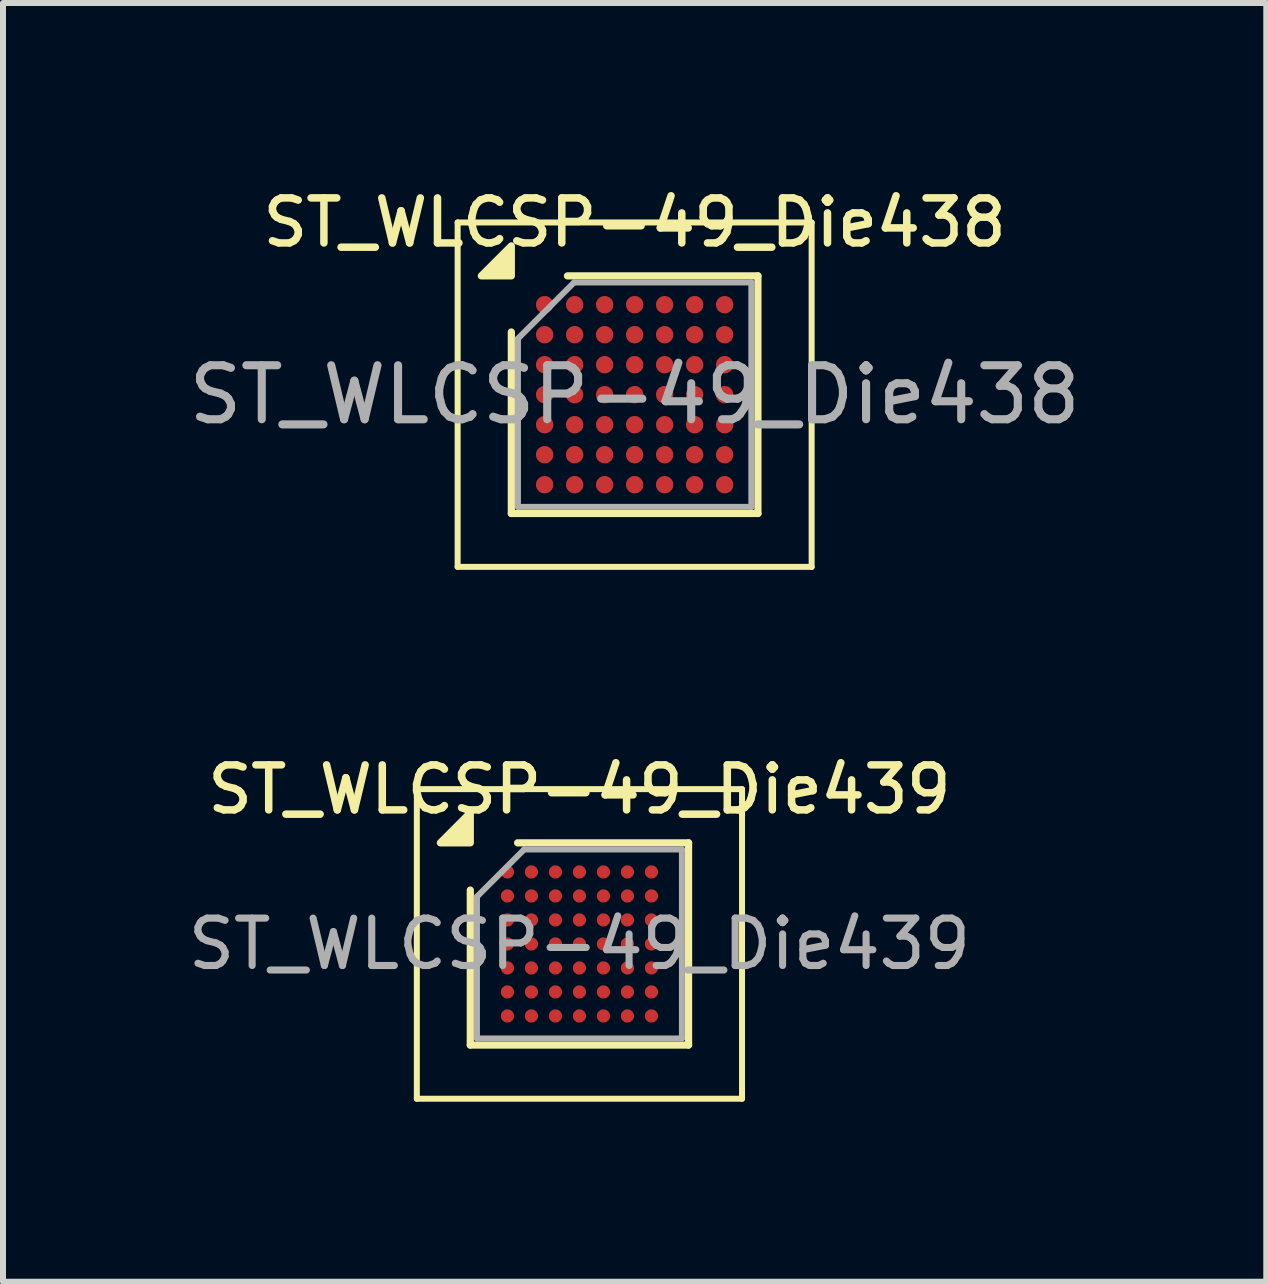
<source format=kicad_pcb>
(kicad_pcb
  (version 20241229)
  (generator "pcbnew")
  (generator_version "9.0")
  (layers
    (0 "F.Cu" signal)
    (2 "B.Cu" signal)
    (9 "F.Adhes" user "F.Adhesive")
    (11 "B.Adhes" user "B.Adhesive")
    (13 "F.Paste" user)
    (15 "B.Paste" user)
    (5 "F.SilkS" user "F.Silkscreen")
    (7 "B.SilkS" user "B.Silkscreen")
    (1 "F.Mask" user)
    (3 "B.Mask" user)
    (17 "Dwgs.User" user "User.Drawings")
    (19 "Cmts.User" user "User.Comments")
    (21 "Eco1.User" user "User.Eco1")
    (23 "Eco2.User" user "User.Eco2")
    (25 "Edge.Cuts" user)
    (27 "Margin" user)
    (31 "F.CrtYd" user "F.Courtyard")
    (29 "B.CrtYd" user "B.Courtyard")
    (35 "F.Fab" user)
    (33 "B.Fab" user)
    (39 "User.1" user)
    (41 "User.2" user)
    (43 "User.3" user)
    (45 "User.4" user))
  (footprint "ST_WLCSP-49_Die438"
    (layer "F.Cu")
    (at 7.527 3.528)
    (property "Reference" "ST_WLCSP-49_Die438" (at 0 -2.87 0) (layer "F.SilkS") (effects (font (size 0.75 0.75) (thickness 0.125))))
    (attr smd)
    (fp_line (start -2.95 -2.87) (end -2.95 2.87) (stroke (width 0.1) (type solid)) (layer "F.SilkS"))
    (fp_line (start -2.95 2.87) (end 2.95 2.87) (stroke (width 0.1) (type solid)) (layer "F.SilkS"))
    (fp_line (start -2.055 1.98) (end -2.055 -1.045) (stroke (width 0.12) (type solid)) (layer "F.SilkS"))
    (fp_line (start -1.12 -1.98) (end 2.055 -1.98) (stroke (width 0.12) (type solid)) (layer "F.SilkS"))
    (fp_line (start 2.055 -1.98) (end 2.055 1.98) (stroke (width 0.12) (type solid)) (layer "F.SilkS"))
    (fp_line (start 2.055 1.98) (end -2.055 1.98) (stroke (width 0.12) (type solid)) (layer "F.SilkS"))
    (fp_line (start 2.95 -2.87) (end -2.95 -2.87) (stroke (width 0.1) (type solid)) (layer "F.SilkS"))
    (fp_line (start 2.95 2.87) (end 2.95 -2.87) (stroke (width 0.1) (type solid)) (layer "F.SilkS"))
    (fp_poly (pts (xy -2.055 -1.98) (xy -2.555 -1.98) (xy -2.055 -2.48) (xy -2.055 -1.98)) (stroke (width 0.12) (type solid)) (fill yes) (layer "F.SilkS"))
    (fp_line (start -1.945 -0.935) (end -1.01 -1.87) (stroke (width 0.1) (type solid)) (layer "F.Fab"))
    (fp_line (start -1.945 1.87) (end -1.945 -0.935) (stroke (width 0.1) (type solid)) (layer "F.Fab"))
    (fp_line (start -1.01 -1.87) (end 1.945 -1.87) (stroke (width 0.1) (type solid)) (layer "F.Fab"))
    (fp_line (start 1.945 -1.87) (end 1.945 1.87) (stroke (width 0.1) (type solid)) (layer "F.Fab"))
    (fp_line (start 1.945 1.87) (end -1.945 1.87) (stroke (width 0.1) (type solid)) (layer "F.Fab"))
    (fp_text user "${REFERENCE}" (at 0 0 0) (layer "F.Fab") (effects (font (size 0.9 0.9) (thickness 0.135))))
    (pad "A1" smd circle (at -1.5 -1.5) (size 0.29 0.29) (property pad_prop_bga) (layers "F.Cu" "F.Mask" "F.Paste"))
    (pad "A2" smd circle (at -1 -1.5) (size 0.29 0.29) (property pad_prop_bga) (layers "F.Cu" "F.Mask" "F.Paste"))
    (pad "A3" smd circle (at -0.5 -1.5) (size 0.29 0.29) (property pad_prop_bga) (layers "F.Cu" "F.Mask" "F.Paste"))
    (pad "A4" smd circle (at 0 -1.5) (size 0.29 0.29) (property pad_prop_bga) (layers "F.Cu" "F.Mask" "F.Paste"))
    (pad "A5" smd circle (at 0.5 -1.5) (size 0.29 0.29) (property pad_prop_bga) (layers "F.Cu" "F.Mask" "F.Paste"))
    (pad "A6" smd circle (at 1 -1.5) (size 0.29 0.29) (property pad_prop_bga) (layers "F.Cu" "F.Mask" "F.Paste"))
    (pad "A7" smd circle (at 1.5 -1.5) (size 0.29 0.29) (property pad_prop_bga) (layers "F.Cu" "F.Mask" "F.Paste"))
    (pad "B1" smd circle (at -1.5 -1) (size 0.29 0.29) (property pad_prop_bga) (layers "F.Cu" "F.Mask" "F.Paste"))
    (pad "B2" smd circle (at -1 -1) (size 0.29 0.29) (property pad_prop_bga) (layers "F.Cu" "F.Mask" "F.Paste"))
    (pad "B3" smd circle (at -0.5 -1) (size 0.29 0.29) (property pad_prop_bga) (layers "F.Cu" "F.Mask" "F.Paste"))
    (pad "B4" smd circle (at 0 -1) (size 0.29 0.29) (property pad_prop_bga) (layers "F.Cu" "F.Mask" "F.Paste"))
    (pad "B5" smd circle (at 0.5 -1) (size 0.29 0.29) (property pad_prop_bga) (layers "F.Cu" "F.Mask" "F.Paste"))
    (pad "B6" smd circle (at 1 -1) (size 0.29 0.29) (property pad_prop_bga) (layers "F.Cu" "F.Mask" "F.Paste"))
    (pad "B7" smd circle (at 1.5 -1) (size 0.29 0.29) (property pad_prop_bga) (layers "F.Cu" "F.Mask" "F.Paste"))
    (pad "C1" smd circle (at -1.5 -0.5) (size 0.29 0.29) (property pad_prop_bga) (layers "F.Cu" "F.Mask" "F.Paste"))
    (pad "C2" smd circle (at -1 -0.5) (size 0.29 0.29) (property pad_prop_bga) (layers "F.Cu" "F.Mask" "F.Paste"))
    (pad "C3" smd circle (at -0.5 -0.5) (size 0.29 0.29) (property pad_prop_bga) (layers "F.Cu" "F.Mask" "F.Paste"))
    (pad "C4" smd circle (at 0 -0.5) (size 0.29 0.29) (property pad_prop_bga) (layers "F.Cu" "F.Mask" "F.Paste"))
    (pad "C5" smd circle (at 0.5 -0.5) (size 0.29 0.29) (property pad_prop_bga) (layers "F.Cu" "F.Mask" "F.Paste"))
    (pad "C6" smd circle (at 1 -0.5) (size 0.29 0.29) (property pad_prop_bga) (layers "F.Cu" "F.Mask" "F.Paste"))
    (pad "C7" smd circle (at 1.5 -0.5) (size 0.29 0.29) (property pad_prop_bga) (layers "F.Cu" "F.Mask" "F.Paste"))
    (pad "D1" smd circle (at -1.5 0) (size 0.29 0.29) (property pad_prop_bga) (layers "F.Cu" "F.Mask" "F.Paste"))
    (pad "D2" smd circle (at -1 0) (size 0.29 0.29) (property pad_prop_bga) (layers "F.Cu" "F.Mask" "F.Paste"))
    (pad "D3" smd circle (at -0.5 0) (size 0.29 0.29) (property pad_prop_bga) (layers "F.Cu" "F.Mask" "F.Paste"))
    (pad "D4" smd circle (at 0 0) (size 0.29 0.29) (property pad_prop_bga) (layers "F.Cu" "F.Mask" "F.Paste"))
    (pad "D5" smd circle (at 0.5 0) (size 0.29 0.29) (property pad_prop_bga) (layers "F.Cu" "F.Mask" "F.Paste"))
    (pad "D6" smd circle (at 1 0) (size 0.29 0.29) (property pad_prop_bga) (layers "F.Cu" "F.Mask" "F.Paste"))
    (pad "D7" smd circle (at 1.5 0) (size 0.29 0.29) (property pad_prop_bga) (layers "F.Cu" "F.Mask" "F.Paste"))
    (pad "E1" smd circle (at -1.5 0.5) (size 0.29 0.29) (property pad_prop_bga) (layers "F.Cu" "F.Mask" "F.Paste"))
    (pad "E2" smd circle (at -1 0.5) (size 0.29 0.29) (property pad_prop_bga) (layers "F.Cu" "F.Mask" "F.Paste"))
    (pad "E3" smd circle (at -0.5 0.5) (size 0.29 0.29) (property pad_prop_bga) (layers "F.Cu" "F.Mask" "F.Paste"))
    (pad "E4" smd circle (at 0 0.5) (size 0.29 0.29) (property pad_prop_bga) (layers "F.Cu" "F.Mask" "F.Paste"))
    (pad "E5" smd circle (at 0.5 0.5) (size 0.29 0.29) (property pad_prop_bga) (layers "F.Cu" "F.Mask" "F.Paste"))
    (pad "E6" smd circle (at 1 0.5) (size 0.29 0.29) (property pad_prop_bga) (layers "F.Cu" "F.Mask" "F.Paste"))
    (pad "E7" smd circle (at 1.5 0.5) (size 0.29 0.29) (property pad_prop_bga) (layers "F.Cu" "F.Mask" "F.Paste"))
    (pad "F1" smd circle (at -1.5 1) (size 0.29 0.29) (property pad_prop_bga) (layers "F.Cu" "F.Mask" "F.Paste"))
    (pad "F2" smd circle (at -1 1) (size 0.29 0.29) (property pad_prop_bga) (layers "F.Cu" "F.Mask" "F.Paste"))
    (pad "F3" smd circle (at -0.5 1) (size 0.29 0.29) (property pad_prop_bga) (layers "F.Cu" "F.Mask" "F.Paste"))
    (pad "F4" smd circle (at 0 1) (size 0.29 0.29) (property pad_prop_bga) (layers "F.Cu" "F.Mask" "F.Paste"))
    (pad "F5" smd circle (at 0.5 1) (size 0.29 0.29) (property pad_prop_bga) (layers "F.Cu" "F.Mask" "F.Paste"))
    (pad "F6" smd circle (at 1 1) (size 0.29 0.29) (property pad_prop_bga) (layers "F.Cu" "F.Mask" "F.Paste"))
    (pad "F7" smd circle (at 1.5 1) (size 0.29 0.29) (property pad_prop_bga) (layers "F.Cu" "F.Mask" "F.Paste"))
    (pad "G1" smd circle (at -1.5 1.5) (size 0.29 0.29) (property pad_prop_bga) (layers "F.Cu" "F.Mask" "F.Paste"))
    (pad "G2" smd circle (at -1 1.5) (size 0.29 0.29) (property pad_prop_bga) (layers "F.Cu" "F.Mask" "F.Paste"))
    (pad "G3" smd circle (at -0.5 1.5) (size 0.29 0.29) (property pad_prop_bga) (layers "F.Cu" "F.Mask" "F.Paste"))
    (pad "G4" smd circle (at 0 1.5) (size 0.29 0.29) (property pad_prop_bga) (layers "F.Cu" "F.Mask" "F.Paste"))
    (pad "G5" smd circle (at 0.5 1.5) (size 0.29 0.29) (property pad_prop_bga) (layers "F.Cu" "F.Mask" "F.Paste"))
    (pad "G6" smd circle (at 1 1.5) (size 0.29 0.29) (property pad_prop_bga) (layers "F.Cu" "F.Mask" "F.Paste"))
    (pad "G7" smd circle (at 1.5 1.5) (size 0.29 0.29) (property pad_prop_bga) (layers "F.Cu" "F.Mask" "F.Paste")))
  (footprint "ST_WLCSP-49_Die439"
    (layer "F.Cu")
    (at 6.607 12.682)
    (property "Reference" "ST_WLCSP-49_Die439" (at 0 -2.575 0) (layer "F.SilkS") (effects (font (size 0.75 0.75) (thickness 0.125))))
    (attr smd)
    (fp_line (start -2.71 -2.58) (end -2.71 2.58) (stroke (width 0.1) (type solid)) (layer "F.SilkS"))
    (fp_line (start -2.71 2.58) (end 2.71 2.58) (stroke (width 0.1) (type solid)) (layer "F.SilkS"))
    (fp_line (start -1.819 1.685) (end -1.819 -0.898) (stroke (width 0.12) (type solid)) (layer "F.SilkS"))
    (fp_line (start -1.031 -1.685) (end 1.819 -1.685) (stroke (width 0.12) (type solid)) (layer "F.SilkS"))
    (fp_line (start 1.819 -1.685) (end 1.819 1.685) (stroke (width 0.12) (type solid)) (layer "F.SilkS"))
    (fp_line (start 1.819 1.685) (end -1.819 1.685) (stroke (width 0.12) (type solid)) (layer "F.SilkS"))
    (fp_line (start 2.71 -2.58) (end -2.71 -2.58) (stroke (width 0.1) (type solid)) (layer "F.SilkS"))
    (fp_line (start 2.71 2.58) (end 2.71 -2.58) (stroke (width 0.1) (type solid)) (layer "F.SilkS"))
    (fp_poly (pts (xy -1.819 -1.685) (xy -2.318 -1.685) (xy -1.819 -2.186) (xy -1.819 -1.685)) (stroke (width 0.12) (type solid)) (fill yes) (layer "F.SilkS"))
    (fp_line (start -1.708 -0.788) (end -0.921 -1.575) (stroke (width 0.1) (type solid)) (layer "F.Fab"))
    (fp_line (start -1.708 1.575) (end -1.708 -0.788) (stroke (width 0.1) (type solid)) (layer "F.Fab"))
    (fp_line (start -0.921 -1.575) (end 1.708 -1.575) (stroke (width 0.1) (type solid)) (layer "F.Fab"))
    (fp_line (start 1.708 -1.575) (end 1.708 1.575) (stroke (width 0.1) (type solid)) (layer "F.Fab"))
    (fp_line (start 1.708 1.575) (end -1.708 1.575) (stroke (width 0.1) (type solid)) (layer "F.Fab"))
    (fp_text user "${REFERENCE}" (at 0 0 0) (layer "F.Fab") (effects (font (size 0.79 0.79) (thickness 0.118))))
    (pad "A1" smd circle (at -1.2 -1.2) (size 0.22 0.22) (property pad_prop_bga) (layers "F.Cu" "F.Mask" "F.Paste"))
    (pad "A2" smd circle (at -0.8 -1.2) (size 0.22 0.22) (property pad_prop_bga) (layers "F.Cu" "F.Mask" "F.Paste"))
    (pad "A3" smd circle (at -0.4 -1.2) (size 0.22 0.22) (property pad_prop_bga) (layers "F.Cu" "F.Mask" "F.Paste"))
    (pad "A4" smd circle (at 0 -1.2) (size 0.22 0.22) (property pad_prop_bga) (layers "F.Cu" "F.Mask" "F.Paste"))
    (pad "A5" smd circle (at 0.4 -1.2) (size 0.22 0.22) (property pad_prop_bga) (layers "F.Cu" "F.Mask" "F.Paste"))
    (pad "A6" smd circle (at 0.8 -1.2) (size 0.22 0.22) (property pad_prop_bga) (layers "F.Cu" "F.Mask" "F.Paste"))
    (pad "A7" smd circle (at 1.2 -1.2) (size 0.22 0.22) (property pad_prop_bga) (layers "F.Cu" "F.Mask" "F.Paste"))
    (pad "B1" smd circle (at -1.2 -0.8) (size 0.22 0.22) (property pad_prop_bga) (layers "F.Cu" "F.Mask" "F.Paste"))
    (pad "B2" smd circle (at -0.8 -0.8) (size 0.22 0.22) (property pad_prop_bga) (layers "F.Cu" "F.Mask" "F.Paste"))
    (pad "B3" smd circle (at -0.4 -0.8) (size 0.22 0.22) (property pad_prop_bga) (layers "F.Cu" "F.Mask" "F.Paste"))
    (pad "B4" smd circle (at 0 -0.8) (size 0.22 0.22) (property pad_prop_bga) (layers "F.Cu" "F.Mask" "F.Paste"))
    (pad "B5" smd circle (at 0.4 -0.8) (size 0.22 0.22) (property pad_prop_bga) (layers "F.Cu" "F.Mask" "F.Paste"))
    (pad "B6" smd circle (at 0.8 -0.8) (size 0.22 0.22) (property pad_prop_bga) (layers "F.Cu" "F.Mask" "F.Paste"))
    (pad "B7" smd circle (at 1.2 -0.8) (size 0.22 0.22) (property pad_prop_bga) (layers "F.Cu" "F.Mask" "F.Paste"))
    (pad "C1" smd circle (at -1.2 -0.4) (size 0.22 0.22) (property pad_prop_bga) (layers "F.Cu" "F.Mask" "F.Paste"))
    (pad "C2" smd circle (at -0.8 -0.4) (size 0.22 0.22) (property pad_prop_bga) (layers "F.Cu" "F.Mask" "F.Paste"))
    (pad "C3" smd circle (at -0.4 -0.4) (size 0.22 0.22) (property pad_prop_bga) (layers "F.Cu" "F.Mask" "F.Paste"))
    (pad "C4" smd circle (at 0 -0.4) (size 0.22 0.22) (property pad_prop_bga) (layers "F.Cu" "F.Mask" "F.Paste"))
    (pad "C5" smd circle (at 0.4 -0.4) (size 0.22 0.22) (property pad_prop_bga) (layers "F.Cu" "F.Mask" "F.Paste"))
    (pad "C6" smd circle (at 0.8 -0.4) (size 0.22 0.22) (property pad_prop_bga) (layers "F.Cu" "F.Mask" "F.Paste"))
    (pad "C7" smd circle (at 1.2 -0.4) (size 0.22 0.22) (property pad_prop_bga) (layers "F.Cu" "F.Mask" "F.Paste"))
    (pad "D1" smd circle (at -1.2 0) (size 0.22 0.22) (property pad_prop_bga) (layers "F.Cu" "F.Mask" "F.Paste"))
    (pad "D2" smd circle (at -0.8 0) (size 0.22 0.22) (property pad_prop_bga) (layers "F.Cu" "F.Mask" "F.Paste"))
    (pad "D3" smd circle (at -0.4 0) (size 0.22 0.22) (property pad_prop_bga) (layers "F.Cu" "F.Mask" "F.Paste"))
    (pad "D4" smd circle (at 0 0) (size 0.22 0.22) (property pad_prop_bga) (layers "F.Cu" "F.Mask" "F.Paste"))
    (pad "D5" smd circle (at 0.4 0) (size 0.22 0.22) (property pad_prop_bga) (layers "F.Cu" "F.Mask" "F.Paste"))
    (pad "D6" smd circle (at 0.8 0) (size 0.22 0.22) (property pad_prop_bga) (layers "F.Cu" "F.Mask" "F.Paste"))
    (pad "D7" smd circle (at 1.2 0) (size 0.22 0.22) (property pad_prop_bga) (layers "F.Cu" "F.Mask" "F.Paste"))
    (pad "E1" smd circle (at -1.2 0.4) (size 0.22 0.22) (property pad_prop_bga) (layers "F.Cu" "F.Mask" "F.Paste"))
    (pad "E2" smd circle (at -0.8 0.4) (size 0.22 0.22) (property pad_prop_bga) (layers "F.Cu" "F.Mask" "F.Paste"))
    (pad "E3" smd circle (at -0.4 0.4) (size 0.22 0.22) (property pad_prop_bga) (layers "F.Cu" "F.Mask" "F.Paste"))
    (pad "E4" smd circle (at 0 0.4) (size 0.22 0.22) (property pad_prop_bga) (layers "F.Cu" "F.Mask" "F.Paste"))
    (pad "E5" smd circle (at 0.4 0.4) (size 0.22 0.22) (property pad_prop_bga) (layers "F.Cu" "F.Mask" "F.Paste"))
    (pad "E6" smd circle (at 0.8 0.4) (size 0.22 0.22) (property pad_prop_bga) (layers "F.Cu" "F.Mask" "F.Paste"))
    (pad "E7" smd circle (at 1.2 0.4) (size 0.22 0.22) (property pad_prop_bga) (layers "F.Cu" "F.Mask" "F.Paste"))
    (pad "F1" smd circle (at -1.2 0.8) (size 0.22 0.22) (property pad_prop_bga) (layers "F.Cu" "F.Mask" "F.Paste"))
    (pad "F2" smd circle (at -0.8 0.8) (size 0.22 0.22) (property pad_prop_bga) (layers "F.Cu" "F.Mask" "F.Paste"))
    (pad "F3" smd circle (at -0.4 0.8) (size 0.22 0.22) (property pad_prop_bga) (layers "F.Cu" "F.Mask" "F.Paste"))
    (pad "F4" smd circle (at 0 0.8) (size 0.22 0.22) (property pad_prop_bga) (layers "F.Cu" "F.Mask" "F.Paste"))
    (pad "F5" smd circle (at 0.4 0.8) (size 0.22 0.22) (property pad_prop_bga) (layers "F.Cu" "F.Mask" "F.Paste"))
    (pad "F6" smd circle (at 0.8 0.8) (size 0.22 0.22) (property pad_prop_bga) (layers "F.Cu" "F.Mask" "F.Paste"))
    (pad "F7" smd circle (at 1.2 0.8) (size 0.22 0.22) (property pad_prop_bga) (layers "F.Cu" "F.Mask" "F.Paste"))
    (pad "G1" smd circle (at -1.2 1.2) (size 0.22 0.22) (property pad_prop_bga) (layers "F.Cu" "F.Mask" "F.Paste"))
    (pad "G2" smd circle (at -0.8 1.2) (size 0.22 0.22) (property pad_prop_bga) (layers "F.Cu" "F.Mask" "F.Paste"))
    (pad "G3" smd circle (at -0.4 1.2) (size 0.22 0.22) (property pad_prop_bga) (layers "F.Cu" "F.Mask" "F.Paste"))
    (pad "G4" smd circle (at 0 1.2) (size 0.22 0.22) (property pad_prop_bga) (layers "F.Cu" "F.Mask" "F.Paste"))
    (pad "G5" smd circle (at 0.4 1.2) (size 0.22 0.22) (property pad_prop_bga) (layers "F.Cu" "F.Mask" "F.Paste"))
    (pad "G6" smd circle (at 0.8 1.2) (size 0.22 0.22) (property pad_prop_bga) (layers "F.Cu" "F.Mask" "F.Paste"))
    (pad "G7" smd circle (at 1.2 1.2) (size 0.22 0.22) (property pad_prop_bga) (layers "F.Cu" "F.Mask" "F.Paste")))
  (gr_rect
    (start -3 -3)
    (end 18.054 18.312)
    (stroke (width 0.1) (type default))
    (fill no)
    (layer "Edge.Cuts")))
</source>
